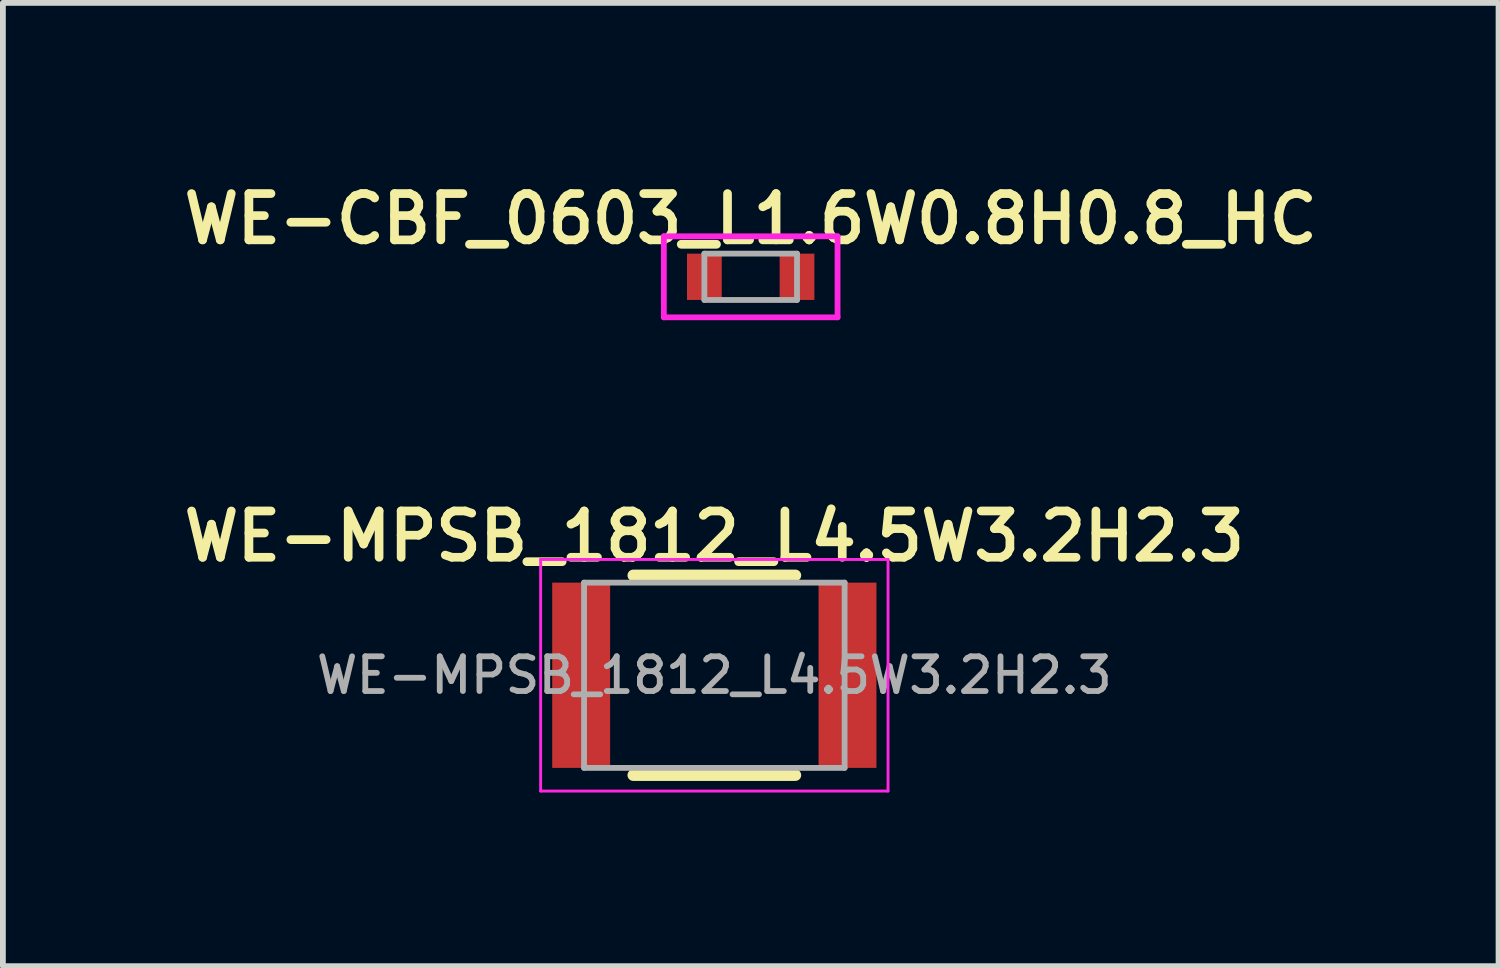
<source format=kicad_pcb>
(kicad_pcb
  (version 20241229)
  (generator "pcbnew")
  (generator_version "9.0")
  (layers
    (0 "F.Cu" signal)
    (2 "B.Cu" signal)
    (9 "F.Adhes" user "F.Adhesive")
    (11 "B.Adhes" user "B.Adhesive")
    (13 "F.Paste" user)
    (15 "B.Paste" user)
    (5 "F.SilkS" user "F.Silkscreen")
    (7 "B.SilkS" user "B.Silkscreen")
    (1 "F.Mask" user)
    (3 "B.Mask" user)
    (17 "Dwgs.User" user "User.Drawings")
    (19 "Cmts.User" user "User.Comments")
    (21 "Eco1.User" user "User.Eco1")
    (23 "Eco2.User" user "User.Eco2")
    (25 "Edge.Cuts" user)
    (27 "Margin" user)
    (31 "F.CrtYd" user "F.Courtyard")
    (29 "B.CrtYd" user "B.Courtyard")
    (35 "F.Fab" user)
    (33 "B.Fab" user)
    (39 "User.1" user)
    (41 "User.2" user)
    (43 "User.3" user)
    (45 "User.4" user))
  (footprint "WE-CBF_0603_L1.6W0.8H0.8_HC"
    (layer "F.Cu")
    (at 9.916 1.731)
    (property "Reference" "WE-CBF_0603_L1.6W0.8H0.8_HC" (at 0 -1 0) (layer "F.SilkS") (effects (font (size 0.8 0.8) (thickness 0.15))))
    (fp_line (start -1.5 -0.7) (end 1.5 -0.7) (stroke (width 0.1) (type solid)) (layer "F.CrtYd"))
    (fp_line (start -1.5 0.7) (end -1.5 -0.7) (stroke (width 0.1) (type solid)) (layer "F.CrtYd"))
    (fp_line (start -1.5 0.7) (end 1.5 0.7) (stroke (width 0.1) (type solid)) (layer "F.CrtYd"))
    (fp_line (start 1.5 0.7) (end 1.5 -0.7) (stroke (width 0.1) (type solid)) (layer "F.CrtYd"))
    (fp_line (start -0.8 -0.4) (end 0.8 -0.4) (stroke (width 0.1) (type solid)) (layer "F.Fab"))
    (fp_line (start -0.8 0.4) (end -0.8 -0.4) (stroke (width 0.1) (type solid)) (layer "F.Fab"))
    (fp_line (start -0.8 0.4) (end 0.8 0.4) (stroke (width 0.1) (type solid)) (layer "F.Fab"))
    (fp_line (start 0.8 0.4) (end 0.8 -0.4) (stroke (width 0.1) (type solid)) (layer "F.Fab"))
    (fp_text user "${REFERENCE}" (at 0 0 0) (unlocked yes) (layer "User.3") (effects (font (size 0.6 0.6) (thickness 0.1) (bold yes))))
    (pad "1" smd rect (at -0.8 0) (size 0.6 0.8) (layers "F.Cu" "F.Mask" "F.Paste"))
    (pad "2" smd rect (at 0.8 0) (size 0.6 0.8) (layers "F.Cu" "F.Mask" "F.Paste")))
  (footprint "WE-MPSB_1812_L4.5W3.2H2.3"
    (layer "F.Cu")
    (at 9.288 8.613)
    (property "Reference" "WE-MPSB_1812_L4.5W3.2H2.3" (at 0 -2.4 0) (layer "F.SilkS") (effects (font (size 0.8 0.8) (thickness 0.15))))
    (fp_line (start -1.4 -1.725) (end 1.4 -1.725) (stroke (width 0.2) (type solid)) (layer "F.SilkS"))
    (fp_line (start -1.4 1.725) (end 1.4 1.725) (stroke (width 0.2) (type solid)) (layer "F.SilkS"))
    (fp_line (start -3 -2) (end 3 -2) (stroke (width 0.05) (type solid)) (layer "F.CrtYd"))
    (fp_line (start -3 2) (end -3 -2) (stroke (width 0.05) (type solid)) (layer "F.CrtYd"))
    (fp_line (start -3 2) (end 3 2) (stroke (width 0.05) (type solid)) (layer "F.CrtYd"))
    (fp_line (start 3 2) (end 3 -2) (stroke (width 0.05) (type solid)) (layer "F.CrtYd"))
    (fp_line (start -2.25 -1.6) (end 2.25 -1.6) (stroke (width 0.1) (type solid)) (layer "F.Fab"))
    (fp_line (start -2.25 1.6) (end -2.25 -1.6) (stroke (width 0.1) (type solid)) (layer "F.Fab"))
    (fp_line (start -2.25 1.6) (end 2.25 1.6) (stroke (width 0.1) (type solid)) (layer "F.Fab"))
    (fp_line (start 2.25 1.6) (end 2.25 -1.6) (stroke (width 0.1) (type solid)) (layer "F.Fab"))
    (fp_text user "${REFERENCE}" (at 0 0 0) (unlocked yes) (layer "F.Fab") (effects (font (size 0.6 0.6) (thickness 0.1))))
    (pad "1" smd rect (at -2.3 0) (size 1 3.2) (layers "F.Cu" "F.Mask" "F.Paste"))
    (pad "2" smd rect (at 2.3 0) (size 1 3.2) (layers "F.Cu" "F.Mask" "F.Paste")))
  (gr_rect
    (start -3 -3)
    (end 22.833 13.637)
    (stroke (width 0.1) (type default))
    (fill no)
    (layer "Edge.Cuts")))
</source>
